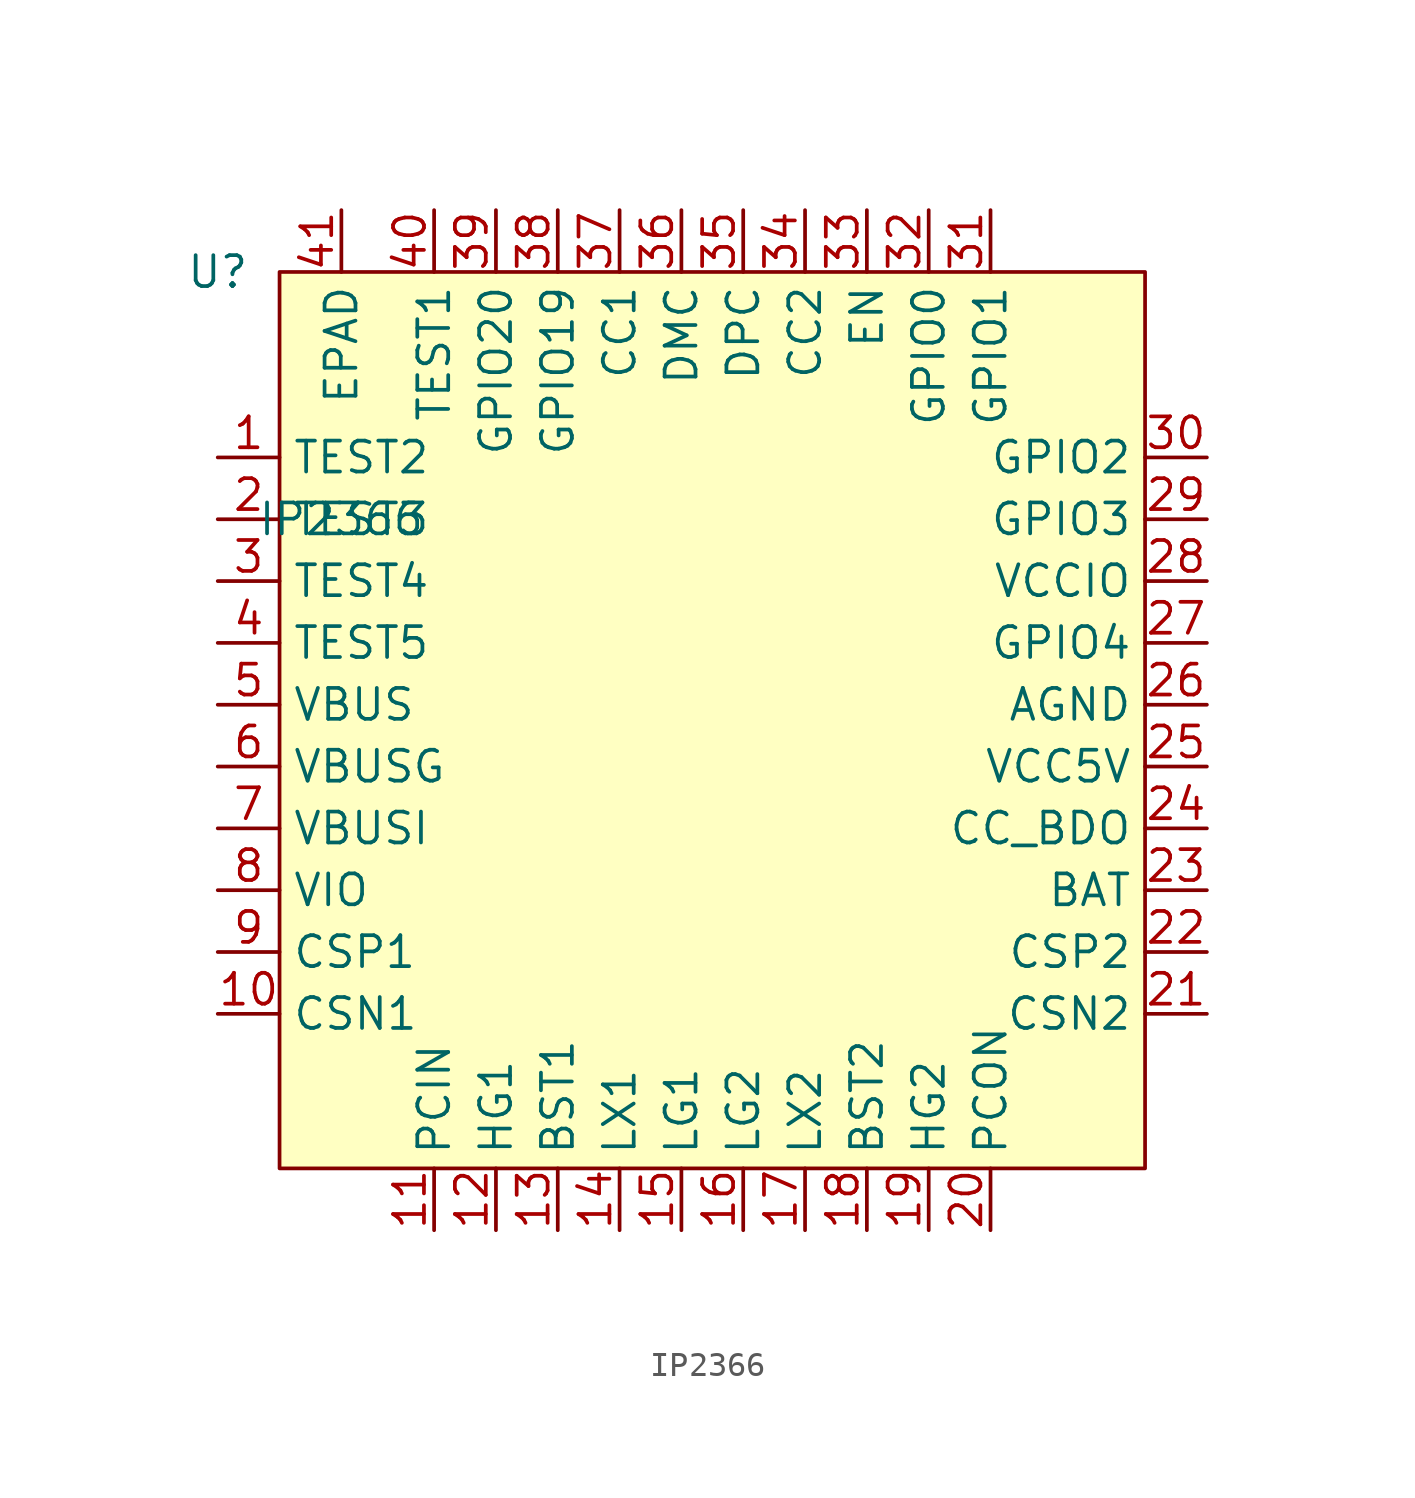
<source format=kicad_sym>
(kicad_symbol_lib
  (version 20220914)
  (generator kicad_symbol_editor)
  (symbol "IP2366"
    (property "Reference" "U"
      (at -20.32 19.05 0)
      (effects (font (size 1.27 1.27))))
    (property "Value" "IP2366"
      (at -15.24 8.89 0)
      (effects (font (size 1.27 1.27))))
    (symbol "IP2366_1_1"
      (rectangle (start -17.78 19.05) (end 17.78 -17.78) (stroke (width 0) (type default)) (fill (type background)))
      (pin bidirectional line (at -20.32 11.43 0) (length 2.54) (name "TEST2" (effects (font (size 1.27 1.27)))) (number "1" (effects (font (size 1.27 1.27)))))
      (pin bidirectional line (at -20.32 -11.43 0) (length 2.54) (name "CSN1" (effects (font (size 1.27 1.27)))) (number "10" (effects (font (size 1.27 1.27)))))
      (pin bidirectional line (at -11.43 -20.32 90) (length 2.54) (name "PCIN" (effects (font (size 1.27 1.27)))) (number "11" (effects (font (size 1.27 1.27)))))
      (pin bidirectional line (at -8.89 -20.32 90) (length 2.54) (name "HG1" (effects (font (size 1.27 1.27)))) (number "12" (effects (font (size 1.27 1.27)))))
      (pin bidirectional line (at -6.35 -20.32 90) (length 2.54) (name "BST1" (effects (font (size 1.27 1.27)))) (number "13" (effects (font (size 1.27 1.27)))))
      (pin bidirectional line (at -3.81 -20.32 90) (length 2.54) (name "LX1" (effects (font (size 1.27 1.27)))) (number "14" (effects (font (size 1.27 1.27)))))
      (pin bidirectional line (at -1.27 -20.32 90) (length 2.54) (name "LG1" (effects (font (size 1.27 1.27)))) (number "15" (effects (font (size 1.27 1.27)))))
      (pin bidirectional line (at 1.27 -20.32 90) (length 2.54) (name "LG2" (effects (font (size 1.27 1.27)))) (number "16" (effects (font (size 1.27 1.27)))))
      (pin bidirectional line (at 3.81 -20.32 90) (length 2.54) (name "LX2" (effects (font (size 1.27 1.27)))) (number "17" (effects (font (size 1.27 1.27)))))
      (pin bidirectional line (at 6.35 -20.32 90) (length 2.54) (name "BST2" (effects (font (size 1.27 1.27)))) (number "18" (effects (font (size 1.27 1.27)))))
      (pin bidirectional line (at 8.89 -20.32 90) (length 2.54) (name "HG2" (effects (font (size 1.27 1.27)))) (number "19" (effects (font (size 1.27 1.27)))))
      (pin bidirectional line (at -20.32 8.89 0) (length 2.54) (name "TEST3" (effects (font (size 1.27 1.27)))) (number "2" (effects (font (size 1.27 1.27)))))
      (pin bidirectional line (at 11.43 -20.32 90) (length 2.54) (name "PCON" (effects (font (size 1.27 1.27)))) (number "20" (effects (font (size 1.27 1.27)))))
      (pin bidirectional line (at 20.32 -11.43 180) (length 2.54) (name "CSN2" (effects (font (size 1.27 1.27)))) (number "21" (effects (font (size 1.27 1.27)))))
      (pin bidirectional line (at 20.32 -8.89 180) (length 2.54) (name "CSP2" (effects (font (size 1.27 1.27)))) (number "22" (effects (font (size 1.27 1.27)))))
      (pin bidirectional line (at 20.32 -6.35 180) (length 2.54) (name "BAT" (effects (font (size 1.27 1.27)))) (number "23" (effects (font (size 1.27 1.27)))))
      (pin bidirectional line (at 20.32 -3.81 180) (length 2.54) (name "CC_BDO" (effects (font (size 1.27 1.27)))) (number "24" (effects (font (size 1.27 1.27)))))
      (pin bidirectional line (at 20.32 -1.27 180) (length 2.54) (name "VCC5V" (effects (font (size 1.27 1.27)))) (number "25" (effects (font (size 1.27 1.27)))))
      (pin power_in line (at 20.32 1.27 180) (length 2.54) (name "AGND" (effects (font (size 1.27 1.27)))) (number "26" (effects (font (size 1.27 1.27)))))
      (pin bidirectional line (at 20.32 3.81 180) (length 2.54) (name "GPIO4" (effects (font (size 1.27 1.27)))) (number "27" (effects (font (size 1.27 1.27)))))
      (pin bidirectional line (at 20.32 6.35 180) (length 2.54) (name "VCCIO" (effects (font (size 1.27 1.27)))) (number "28" (effects (font (size 1.27 1.27)))))
      (pin bidirectional line (at 20.32 8.89 180) (length 2.54) (name "GPIO3" (effects (font (size 1.27 1.27)))) (number "29" (effects (font (size 1.27 1.27)))))
      (pin bidirectional line (at -20.32 6.35 0) (length 2.54) (name "TEST4" (effects (font (size 1.27 1.27)))) (number "3" (effects (font (size 1.27 1.27)))))
      (pin bidirectional line (at 20.32 11.43 180) (length 2.54) (name "GPIO2" (effects (font (size 1.27 1.27)))) (number "30" (effects (font (size 1.27 1.27)))))
      (pin bidirectional line (at 11.43 21.59 270) (length 2.54) (name "GPIO1" (effects (font (size 1.27 1.27)))) (number "31" (effects (font (size 1.27 1.27)))))
      (pin bidirectional line (at 8.89 21.59 270) (length 2.54) (name "GPIO0" (effects (font (size 1.27 1.27)))) (number "32" (effects (font (size 1.27 1.27)))))
      (pin bidirectional line (at 6.35 21.59 270) (length 2.54) (name "EN" (effects (font (size 1.27 1.27)))) (number "33" (effects (font (size 1.27 1.27)))))
      (pin bidirectional line (at 3.81 21.59 270) (length 2.54) (name "CC2" (effects (font (size 1.27 1.27)))) (number "34" (effects (font (size 1.27 1.27)))))
      (pin bidirectional line (at 1.27 21.59 270) (length 2.54) (name "DPC" (effects (font (size 1.27 1.27)))) (number "35" (effects (font (size 1.27 1.27)))))
      (pin bidirectional line (at -1.27 21.59 270) (length 2.54) (name "DMC" (effects (font (size 1.27 1.27)))) (number "36" (effects (font (size 1.27 1.27)))))
      (pin bidirectional line (at -3.81 21.59 270) (length 2.54) (name "CC1" (effects (font (size 1.27 1.27)))) (number "37" (effects (font (size 1.27 1.27)))))
      (pin bidirectional line (at -6.35 21.59 270) (length 2.54) (name "GPIO19" (effects (font (size 1.27 1.27)))) (number "38" (effects (font (size 1.27 1.27)))))
      (pin bidirectional line (at -8.89 21.59 270) (length 2.54) (name "GPIO20" (effects (font (size 1.27 1.27)))) (number "39" (effects (font (size 1.27 1.27)))))
      (pin bidirectional line (at -20.32 3.81 0) (length 2.54) (name "TEST5" (effects (font (size 1.27 1.27)))) (number "4" (effects (font (size 1.27 1.27)))))
      (pin bidirectional line (at -11.43 21.59 270) (length 2.54) (name "TEST1" (effects (font (size 1.27 1.27)))) (number "40" (effects (font (size 1.27 1.27)))))
      (pin power_in line (at -15.24 21.59 270) (length 2.54) (name "EPAD" (effects (font (size 1.27 1.27)))) (number "41" (effects (font (size 1.27 1.27)))))
      (pin bidirectional line (at -20.32 1.27 0) (length 2.54) (name "VBUS" (effects (font (size 1.27 1.27)))) (number "5" (effects (font (size 1.27 1.27)))))
      (pin bidirectional line (at -20.32 -1.27 0) (length 2.54) (name "VBUSG" (effects (font (size 1.27 1.27)))) (number "6" (effects (font (size 1.27 1.27)))))
      (pin bidirectional line (at -20.32 -3.81 0) (length 2.54) (name "VBUSI" (effects (font (size 1.27 1.27)))) (number "7" (effects (font (size 1.27 1.27)))))
      (pin power_in line (at -20.32 -6.35 0) (length 2.54) (name "VIO" (effects (font (size 1.27 1.27)))) (number "8" (effects (font (size 1.27 1.27)))))
      (pin bidirectional line (at -20.32 -8.89 0) (length 2.54) (name "CSP1" (effects (font (size 1.27 1.27)))) (number "9" (effects (font (size 1.27 1.27))))))))
</source>
